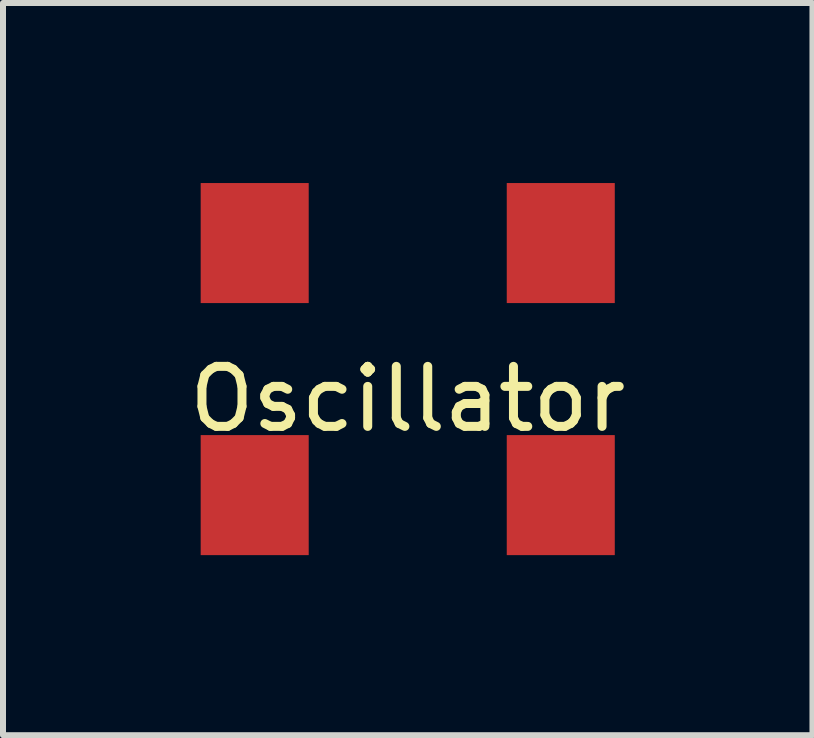
<source format=kicad_pcb>
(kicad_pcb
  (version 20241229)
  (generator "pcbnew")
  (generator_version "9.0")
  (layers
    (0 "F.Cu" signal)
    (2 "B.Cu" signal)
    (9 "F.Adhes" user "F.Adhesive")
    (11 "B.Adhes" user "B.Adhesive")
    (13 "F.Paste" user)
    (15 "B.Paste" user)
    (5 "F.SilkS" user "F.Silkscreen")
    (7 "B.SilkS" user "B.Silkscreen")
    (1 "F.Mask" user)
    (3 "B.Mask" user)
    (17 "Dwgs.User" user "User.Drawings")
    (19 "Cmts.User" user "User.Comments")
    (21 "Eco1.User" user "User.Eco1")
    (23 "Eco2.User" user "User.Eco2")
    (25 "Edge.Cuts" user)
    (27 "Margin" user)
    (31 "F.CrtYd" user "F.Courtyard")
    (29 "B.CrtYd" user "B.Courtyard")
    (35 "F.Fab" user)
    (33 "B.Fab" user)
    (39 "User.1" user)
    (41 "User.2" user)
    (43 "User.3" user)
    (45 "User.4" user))
  (footprint "Oscillator"
    (layer "F.Cu")
    (at 3.744 3.1)
    (property "Reference" "Oscillator" (at 0 0.5 0) (layer "F.SilkS") (effects (font (size 1 1) (thickness 0.15))))
    (attr through_hole)
    (pad "1" smd rect (at -2.55 2.1) (size 1.8 2) (layers "F.Cu" "F.Mask" "F.Paste"))
    (pad "2" smd rect (at 2.55 2.1) (size 1.8 2) (layers "F.Cu" "F.Mask" "F.Paste"))
    (pad "3" smd rect (at 2.55 -2.1) (size 1.8 2) (layers "F.Cu" "F.Mask" "F.Paste"))
    (pad "4" smd rect (at -2.55 -2.1) (size 1.8 2) (layers "F.Cu" "F.Mask" "F.Paste")))
  (gr_rect
    (start -3 -3)
    (end 10.488 9.2)
    (stroke (width 0.1) (type default))
    (fill no)
    (layer "Edge.Cuts")))
</source>
